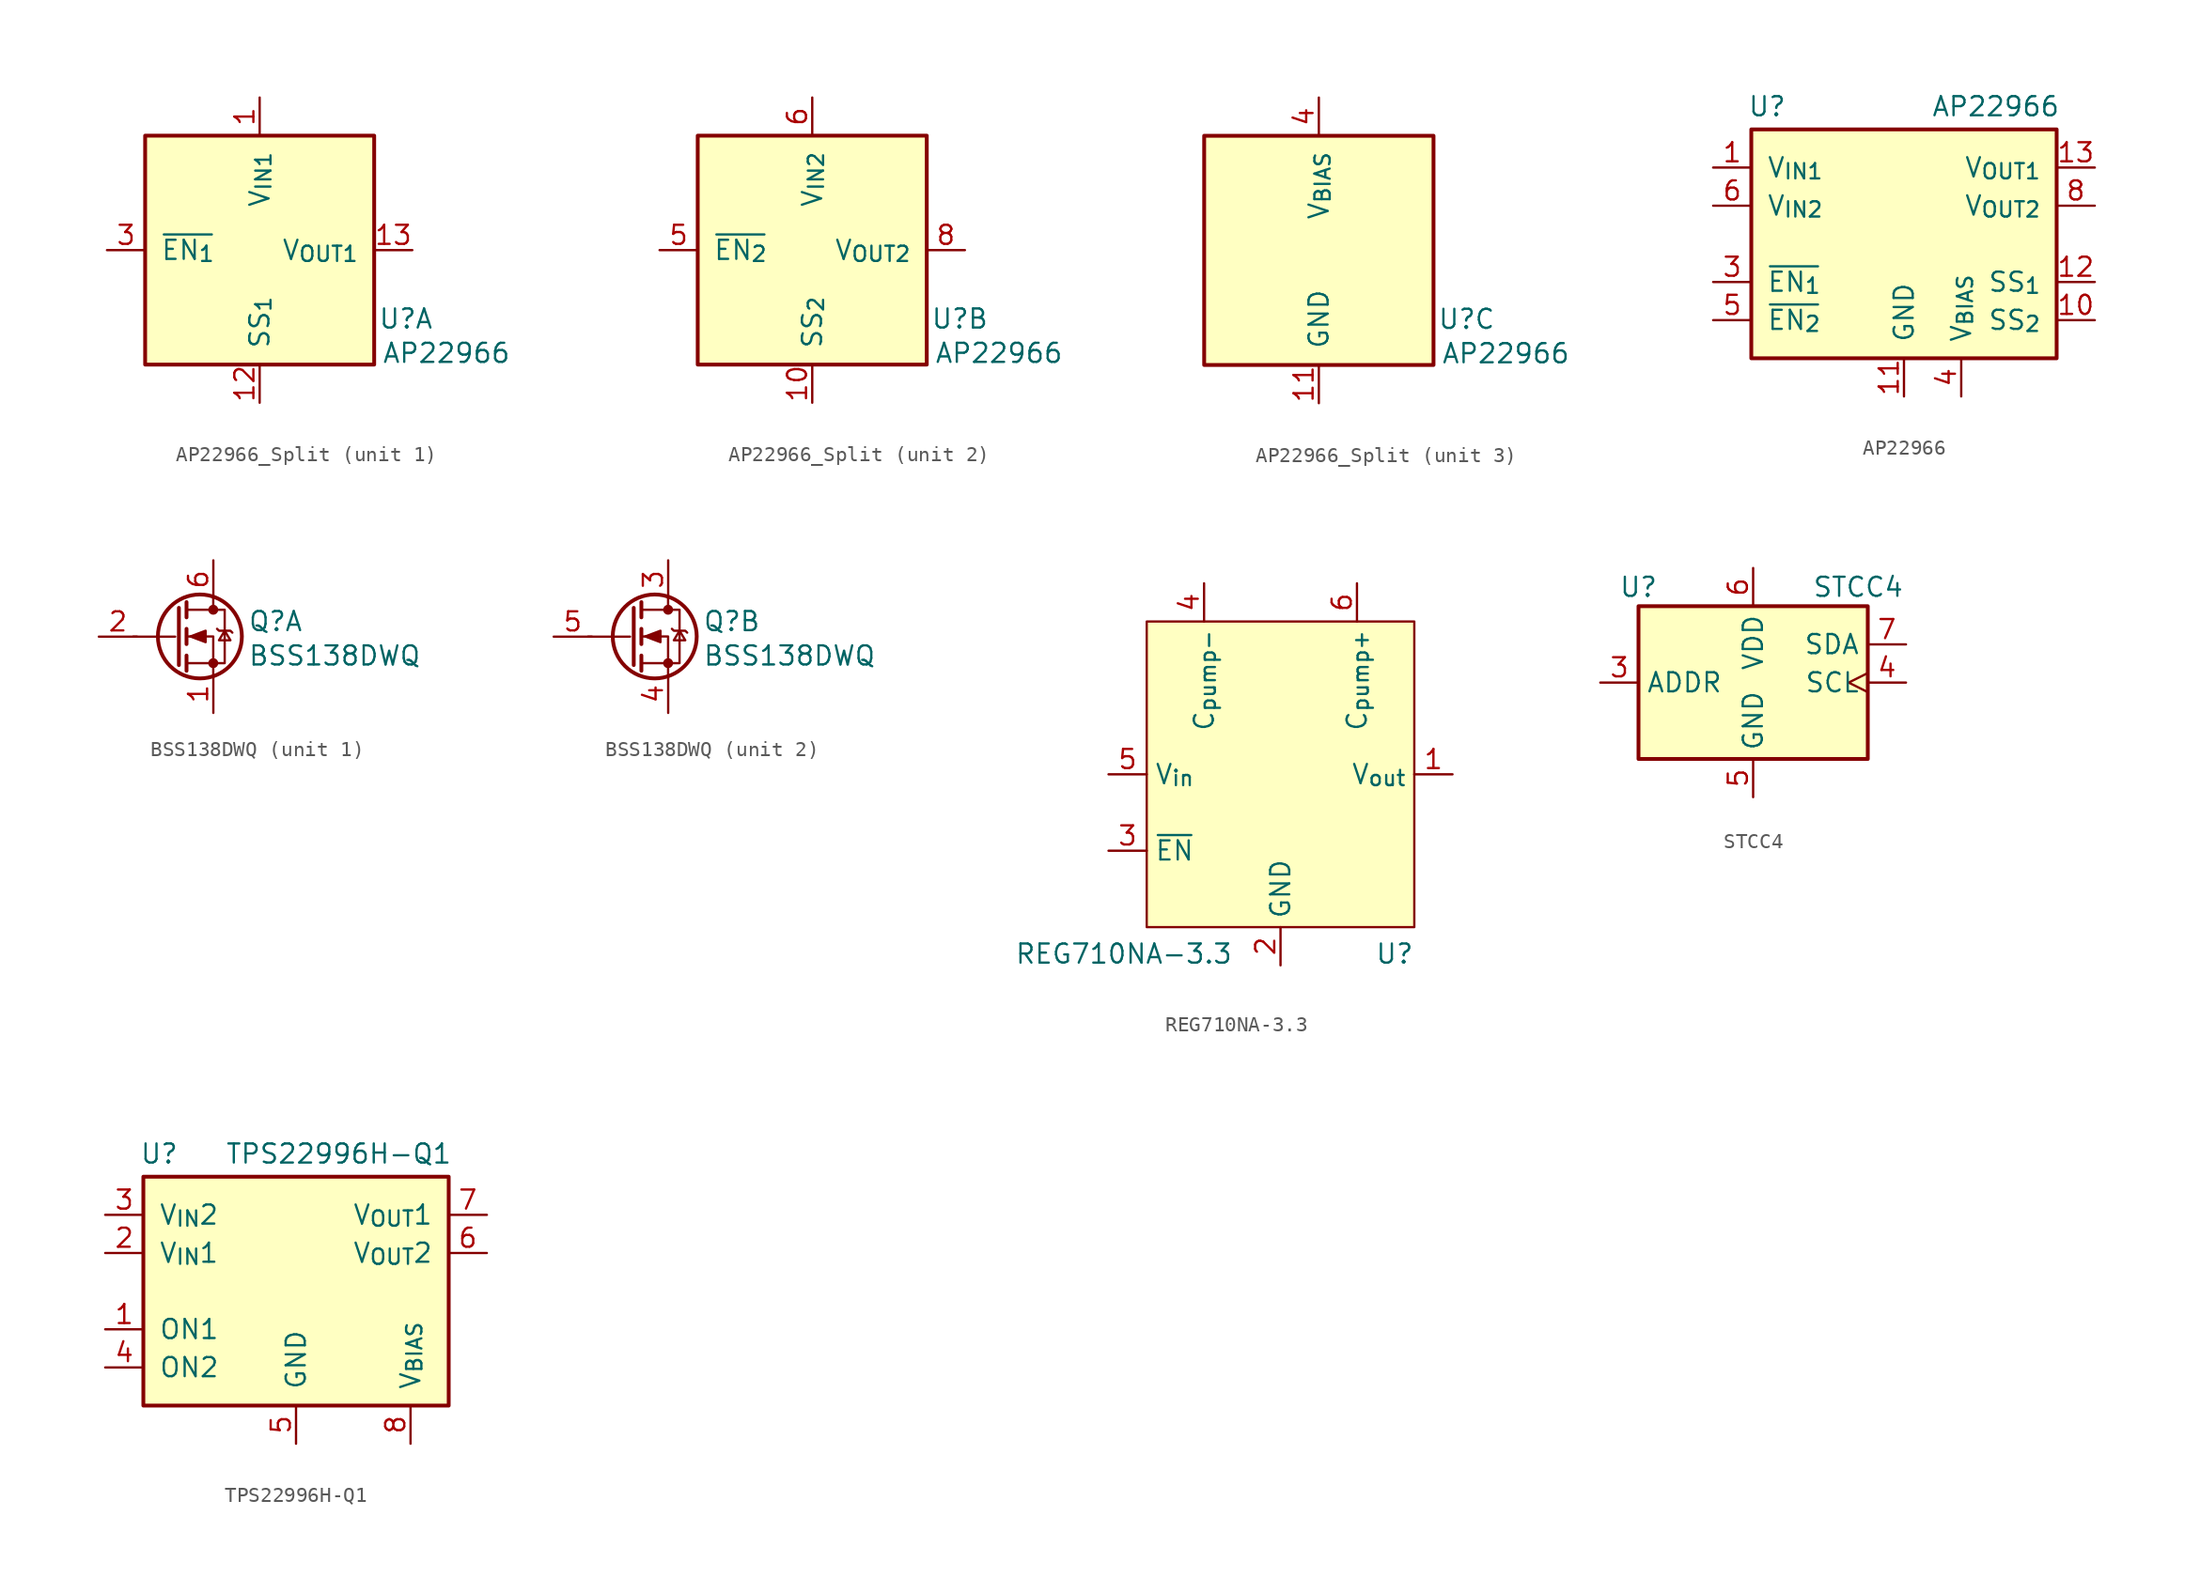
<source format=kicad_sym>
(kicad_symbol_lib
  (version 20231120)
  (generator "kicad_symbol_editor")
  (generator_version "8.0")
  (symbol "AP22966_Split"
    (pin_names
      (offset 1.016))
    (property "Reference" "U"
      (at 7.874 -4.572 0)
      (effects (font (size 1.27 1.27)) (justify left)))
    (property "Value" "AP22966"
      (at 8.128 -6.858 0)
      (effects (font (size 1.27 1.27)) (justify left)))
    (property "ki_locked" ""
      (at 0 0 0)
      (effects (font (size 1.27 1.27))))
    (symbol "AP22966_Split_0_1"
      (rectangle (start -7.62 7.62) (end 7.62 -7.62) (stroke (width 0.254) (type default)) (fill (type background))))
    (symbol "AP22966_Split_1_0"
      (pin passive line (at 0 -10.16 90) (length 2.54) (name "SS_{1}" (effects (font (size 1.27 1.27)))) (number "12" (effects (font (size 1.27 1.27)))))
      (pin power_out line (at 10.16 0 180) (length 2.54) hide (name "V_{OUT1}" (effects (font (size 1.27 1.27)))) (number "14" (effects (font (size 1.27 1.27)))))
      (pin power_in line (at 0 10.16 270) (length 2.54) hide (name "V_{IN1}" (effects (font (size 1.27 1.27)))) (number "2" (effects (font (size 1.27 1.27))))))
    (symbol "AP22966_Split_1_1"
      (pin power_in line (at 0 10.16 270) (length 2.54) (name "V_{IN1}" (effects (font (size 1.27 1.27)))) (number "1" (effects (font (size 1.27 1.27)))))
      (pin power_out line (at 10.16 0 180) (length 2.54) (name "V_{OUT1}" (effects (font (size 1.27 1.27)))) (number "13" (effects (font (size 1.27 1.27)))))
      (pin input line (at -10.16 0 0) (length 2.54) (name "~{EN_{1}}" (effects (font (size 1.27 1.27)))) (number "3" (effects (font (size 1.27 1.27))))))
    (symbol "AP22966_Split_2_0"
      (pin passive line (at 0 -10.16 90) (length 2.54) (name "SS_{2}" (effects (font (size 1.27 1.27)))) (number "10" (effects (font (size 1.27 1.27)))))
      (pin power_in line (at 0 10.16 270) (length 2.54) hide (name "V_{IN2}" (effects (font (size 1.27 1.27)))) (number "7" (effects (font (size 1.27 1.27)))))
      (pin power_out line (at 10.16 0 180) (length 2.54) (name "V_{OUT2}" (effects (font (size 1.27 1.27)))) (number "8" (effects (font (size 1.27 1.27)))))
      (pin power_out line (at 10.16 0 180) (length 2.54) hide (name "V_{OUT2}" (effects (font (size 1.27 1.27)))) (number "9" (effects (font (size 1.27 1.27))))))
    (symbol "AP22966_Split_2_1"
      (pin input line (at -10.16 0 0) (length 2.54) (name "~{EN_{2}}" (effects (font (size 1.27 1.27)))) (number "5" (effects (font (size 1.27 1.27)))))
      (pin power_in line (at 0 10.16 270) (length 2.54) (name "V_{IN2}" (effects (font (size 1.27 1.27)))) (number "6" (effects (font (size 1.27 1.27))))))
    (symbol "AP22966_Split_3_0"
      (pin power_in line (at 0 -10.16 90) (length 2.54) hide (name "GND" (effects (font (size 1.27 1.27)))) (number "15" (effects (font (size 1.27 1.27)))))
      (pin passive line (at 0 10.16 270) (length 2.54) (name "V_{BIAS}" (effects (font (size 1.27 1.27)))) (number "4" (effects (font (size 1.27 1.27))))))
    (symbol "AP22966_Split_3_1"
      (pin power_in line (at 0 -10.16 90) (length 2.54) (name "GND" (effects (font (size 1.27 1.27)))) (number "11" (effects (font (size 1.27 1.27)))))))
  (symbol "AP22966"
    (pin_names
      (offset 1.016))
    (property "Reference" "U"
      (at -10.414 11.684 0)
      (effects (font (size 1.27 1.27)) (justify left)))
    (property "Value" "AP22966"
      (at 10.414 11.684 0)
      (effects (font (size 1.27 1.27)) (justify right)))
    (symbol "AP22966_0_1"
      (rectangle (start -10.16 10.16) (end 10.16 -5.08) (stroke (width 0.254) (type default)) (fill (type background))))
    (symbol "AP22966_1_0"
      (pin passive line (at 12.7 -2.54 180) (length 2.54) (name "SS_{2}" (effects (font (size 1.27 1.27)))) (number "10" (effects (font (size 1.27 1.27)))))
      (pin passive line (at 12.7 0 180) (length 2.54) (name "SS_{1}" (effects (font (size 1.27 1.27)))) (number "12" (effects (font (size 1.27 1.27)))))
      (pin power_out line (at 12.7 7.62 180) (length 2.54) hide (name "V_{OUT1}" (effects (font (size 1.27 1.27)))) (number "14" (effects (font (size 1.27 1.27)))))
      (pin power_in line (at 0 -7.62 90) (length 2.54) hide (name "GND" (effects (font (size 1.27 1.27)))) (number "15" (effects (font (size 1.27 1.27)))))
      (pin power_in line (at -12.7 7.62 0) (length 2.54) hide (name "V_{IN1}" (effects (font (size 1.27 1.27)))) (number "2" (effects (font (size 1.27 1.27)))))
      (pin passive line (at 3.81 -7.62 90) (length 2.54) (name "V_{BIAS}" (effects (font (size 1.27 1.27)))) (number "4" (effects (font (size 1.27 1.27)))))
      (pin power_in line (at -12.7 5.08 0) (length 2.54) hide (name "V_{IN2}" (effects (font (size 1.27 1.27)))) (number "7" (effects (font (size 1.27 1.27)))))
      (pin power_out line (at 12.7 5.08 180) (length 2.54) (name "V_{OUT2}" (effects (font (size 1.27 1.27)))) (number "8" (effects (font (size 1.27 1.27)))))
      (pin power_out line (at 12.7 5.08 180) (length 2.54) hide (name "V_{OUT2}" (effects (font (size 1.27 1.27)))) (number "9" (effects (font (size 1.27 1.27))))))
    (symbol "AP22966_1_1"
      (pin power_in line (at -12.7 7.62 0) (length 2.54) (name "V_{IN1}" (effects (font (size 1.27 1.27)))) (number "1" (effects (font (size 1.27 1.27)))))
      (pin power_in line (at 0 -7.62 90) (length 2.54) (name "GND" (effects (font (size 1.27 1.27)))) (number "11" (effects (font (size 1.27 1.27)))))
      (pin power_out line (at 12.7 7.62 180) (length 2.54) (name "V_{OUT1}" (effects (font (size 1.27 1.27)))) (number "13" (effects (font (size 1.27 1.27)))))
      (pin input line (at -12.7 0 0) (length 2.54) (name "~{EN_{1}}" (effects (font (size 1.27 1.27)))) (number "3" (effects (font (size 1.27 1.27)))))
      (pin input line (at -12.7 -2.54 0) (length 2.54) (name "~{EN_{2}}" (effects (font (size 1.27 1.27)))) (number "5" (effects (font (size 1.27 1.27)))))
      (pin power_in line (at -12.7 5.08 0) (length 2.54) (name "V_{IN2}" (effects (font (size 1.27 1.27)))) (number "6" (effects (font (size 1.27 1.27)))))))
  (symbol "BSS138DWQ"
    (pin_names hide)
    (property "Reference" "Q"
      (at 3.556 1.016 0)
      (effects (font (size 1.27 1.27)) (justify left)))
    (property "Value" "BSS138DWQ"
      (at 3.556 -1.27 0)
      (effects (font (size 1.27 1.27)) (justify left)))
    (symbol "BSS138DWQ_0_1"
      (polyline (pts (xy -1.27 0) (xy -4.064 0)) (stroke (width 0) (type default)) (fill (type none)))
      (polyline (pts (xy -1.022 1.918) (xy -1.022 -1.892)) (stroke (width 0.254) (type default)) (fill (type none)))
      (polyline (pts (xy -0.514 -1.257) (xy -0.514 -2.273)) (stroke (width 0.254) (type default)) (fill (type none)))
      (polyline (pts (xy -0.514 0.521) (xy -0.514 -0.495)) (stroke (width 0.254) (type default)) (fill (type none)))
      (polyline (pts (xy -0.514 2.299) (xy -0.514 1.283)) (stroke (width 0.254) (type default)) (fill (type none)))
      (polyline (pts (xy 1.264 2.553) (xy 1.264 1.791)) (stroke (width 0) (type default)) (fill (type none)))
      (polyline (pts (xy 1.264 -2.527) (xy 1.264 0.013) (xy -0.514 0.013)) (stroke (width 0) (type default)) (fill (type none)))
      (polyline (pts (xy -0.514 -1.765) (xy 2.026 -1.765) (xy 2.026 1.791) (xy -0.514 1.791)) (stroke (width 0) (type default)) (fill (type none)))
      (polyline (pts (xy -0.26 0.013) (xy 0.756 0.394) (xy 0.756 -0.368) (xy -0.26 0.013)) (stroke (width 0) (type default)) (fill (type outline)))
      (polyline (pts (xy 1.518 0.521) (xy 1.645 0.394) (xy 2.407 0.394) (xy 2.534 0.267)) (stroke (width 0) (type default)) (fill (type none)))
      (polyline (pts (xy 2.026 0.394) (xy 1.645 -0.241) (xy 2.407 -0.241) (xy 2.026 0.394)) (stroke (width 0) (type default)) (fill (type none)))
      (circle (center 0.375 0.013) (radius 2.794) (stroke (width 0.254) (type default)) (fill (type none)))
      (circle (center 1.264 -1.765) (radius 0.254) (stroke (width 0) (type default)) (fill (type outline)))
      (circle (center 1.264 1.791) (radius 0.254) (stroke (width 0) (type default)) (fill (type outline))))
    (symbol "BSS138DWQ_1_0"
      (pin unspecified line (at 1.27 -5.08 90) (length 2.54) (name "S" (effects (font (size 1.27 1.27)))) (number "1" (effects (font (size 1.27 1.27)))))
      (pin unspecified line (at -6.35 0 0) (length 2.54) (name "G" (effects (font (size 1.27 1.27)))) (number "2" (effects (font (size 1.27 1.27)))))
      (pin unspecified line (at 1.27 5.08 270) (length 2.54) (name "D" (effects (font (size 1.27 1.27)))) (number "6" (effects (font (size 1.27 1.27))))))
    (symbol "BSS138DWQ_2_0"
      (pin unspecified line (at 1.27 5.08 270) (length 2.54) (name "D" (effects (font (size 1.27 1.27)))) (number "3" (effects (font (size 1.27 1.27)))))
      (pin unspecified line (at 1.27 -5.08 90) (length 2.54) (name "S" (effects (font (size 1.27 1.27)))) (number "4" (effects (font (size 1.27 1.27)))))
      (pin unspecified line (at -6.35 0 0) (length 2.54) (name "G" (effects (font (size 1.27 1.27)))) (number "5" (effects (font (size 1.27 1.27)))))))
  (symbol "REG710NA-3.3"
    (property "Reference" "U"
      (at 8.89 -11.938 0)
      (effects (font (size 1.27 1.27)) (justify right)))
    (property "Value" "REG710NA-3.3"
      (at -10.414 -11.938 0)
      (effects (font (size 1.27 1.27))))
    (symbol "REG710NA-3.3_0_0"
      (pin power_out line (at 11.43 0 180) (length 2.54) (name "V_{out}" (effects (font (size 1.27 1.27)))) (number "1" (effects (font (size 1.27 1.27)))))
      (pin power_in line (at 0 -12.7 90) (length 2.54) (name "GND" (effects (font (size 1.27 1.27)))) (number "2" (effects (font (size 1.27 1.27)))))
      (pin input line (at -11.43 -5.08 0) (length 2.54) (name "~{EN}" (effects (font (size 1.27 1.27)))) (number "3" (effects (font (size 1.27 1.27)))))
      (pin passive line (at -5.08 12.7 270) (length 2.54) (name "C_{pump-}" (effects (font (size 1.27 1.27)))) (number "4" (effects (font (size 1.27 1.27)))))
      (pin power_in line (at -11.43 0 0) (length 2.54) (name "V_{in}" (effects (font (size 1.27 1.27)))) (number "5" (effects (font (size 1.27 1.27)))))
      (pin passive line (at 5.08 12.7 270) (length 2.54) (name "C_{pump+}" (effects (font (size 1.27 1.27)))) (number "6" (effects (font (size 1.27 1.27))))))
    (symbol "REG710NA-3.3_1_1"
      (rectangle (start -8.89 10.16) (end 8.89 -10.16) (stroke (width 0) (type default)) (fill (type background)))))
  (symbol "STCC4"
    (property "Reference" "U"
      (at -7.62 6.35 0)
      (effects (font (size 1.27 1.27))))
    (property "Value" "STCC4"
      (at 6.985 6.35 0)
      (effects (font (size 1.27 1.27))))
    (symbol "STCC4_0_1"
      (rectangle (start -7.62 5.08) (end 7.62 -5.08) (stroke (width 0.254) (type default)) (fill (type background))))
    (symbol "STCC4_1_0"
      (pin power_in line (at 0 -7.62 90) (length 2.54) hide (name "GND" (effects (font (size 1.27 1.27)))) (number "1" (effects (font (size 1.27 1.27)))))
      (pin input line (at -10.16 0 0) (length 2.54) (name "ADDR" (effects (font (size 1.27 1.27)))) (number "3" (effects (font (size 1.27 1.27))))))
    (symbol "STCC4_1_1"
      (pin power_in line (at 0 -7.62 90) (length 2.54) hide (name "GND" (effects (font (size 1.27 1.27)))) (number "11" (effects (font (size 1.27 1.27)))))
      (pin input clock (at 10.16 0 180) (length 2.54) (name "SCL" (effects (font (size 1.27 1.27)))) (number "4" (effects (font (size 1.27 1.27)))))
      (pin power_in line (at 0 -7.62 90) (length 2.54) (name "GND" (effects (font (size 1.27 1.27)))) (number "5" (effects (font (size 1.27 1.27)))))
      (pin power_in line (at 0 7.62 270) (length 2.54) (name "VDD" (effects (font (size 1.27 1.27)))) (number "6" (effects (font (size 1.27 1.27)))))
      (pin bidirectional line (at 10.16 2.54 180) (length 2.54) (name "SDA" (effects (font (size 1.27 1.27)))) (number "7" (effects (font (size 1.27 1.27)))))
      (pin power_in line (at 0 -7.62 90) (length 2.54) hide (name "GND" (effects (font (size 1.27 1.27)))) (number "9" (effects (font (size 1.27 1.27)))))))
  (symbol "TPS22996H-Q1"
    (pin_names
      (offset 1.016))
    (property "Reference" "U"
      (at -10.414 11.684 0)
      (effects (font (size 1.27 1.27)) (justify left)))
    (property "Value" "TPS22996H-Q1"
      (at 10.414 11.684 0)
      (effects (font (size 1.27 1.27)) (justify right)))
    (symbol "TPS22996H-Q1_0_1"
      (rectangle (start -10.16 10.16) (end 10.16 -5.08) (stroke (width 0.254) (type default)) (fill (type background))))
    (symbol "TPS22996H-Q1_1_0"
      (pin power_out line (at 12.7 5.08 180) (length 2.54) (name "V_{OUT}2" (effects (font (size 1.27 1.27)))) (number "6" (effects (font (size 1.27 1.27)))))
      (pin passive line (at 7.62 -7.62 90) (length 2.54) (name "V_{BIAS}" (effects (font (size 1.27 1.27)))) (number "8" (effects (font (size 1.27 1.27))))))
    (symbol "TPS22996H-Q1_1_1"
      (pin input line (at -12.7 0 0) (length 2.54) (name "ON1" (effects (font (size 1.27 1.27)))) (number "1" (effects (font (size 1.27 1.27)))))
      (pin power_in line (at -12.7 5.08 0) (length 2.54) (name "V_{IN}1" (effects (font (size 1.27 1.27)))) (number "2" (effects (font (size 1.27 1.27)))))
      (pin power_in line (at -12.7 7.62 0) (length 2.54) (name "V_{IN}2" (effects (font (size 1.27 1.27)))) (number "3" (effects (font (size 1.27 1.27)))))
      (pin input line (at -12.7 -2.54 0) (length 2.54) (name "ON2" (effects (font (size 1.27 1.27)))) (number "4" (effects (font (size 1.27 1.27)))))
      (pin power_in line (at 0 -7.62 90) (length 2.54) (name "GND" (effects (font (size 1.27 1.27)))) (number "5" (effects (font (size 1.27 1.27)))))
      (pin power_out line (at 12.7 7.62 180) (length 2.54) (name "V_{OUT}1" (effects (font (size 1.27 1.27)))) (number "7" (effects (font (size 1.27 1.27))))))))
</source>
